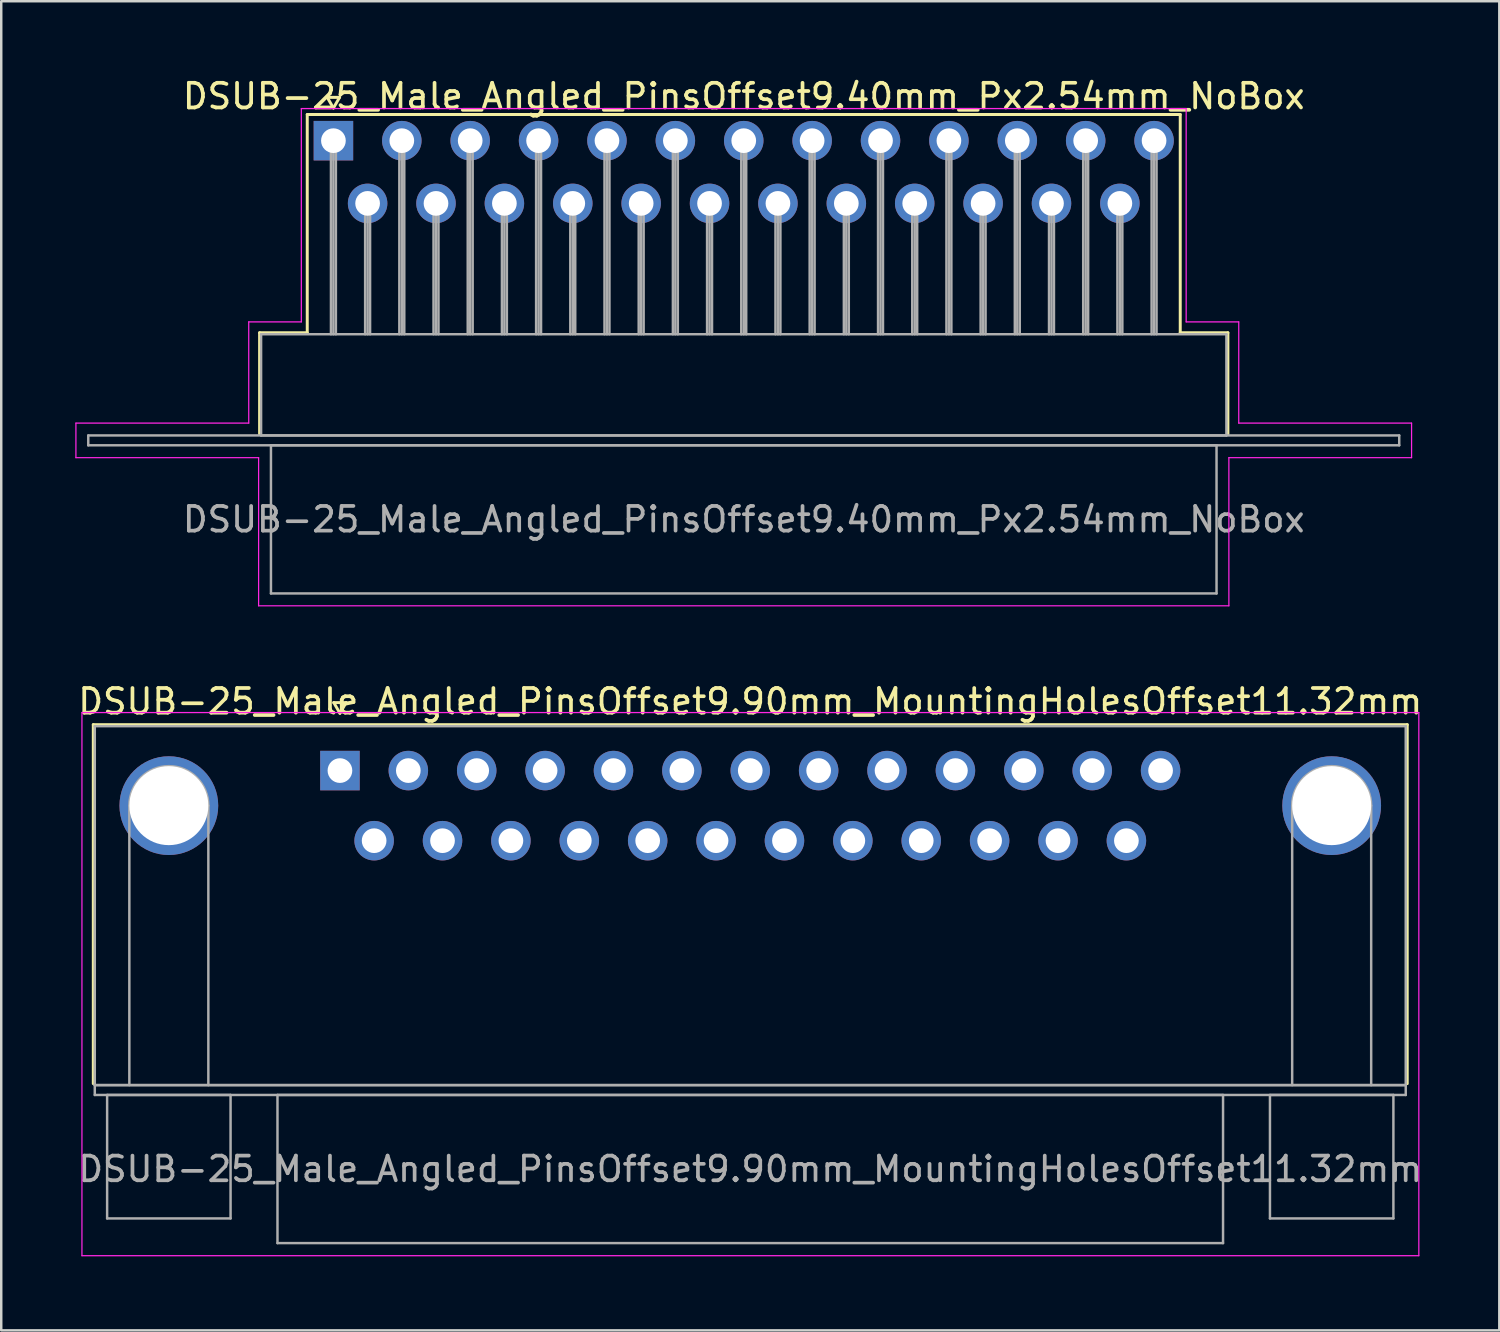
<source format=kicad_pcb>
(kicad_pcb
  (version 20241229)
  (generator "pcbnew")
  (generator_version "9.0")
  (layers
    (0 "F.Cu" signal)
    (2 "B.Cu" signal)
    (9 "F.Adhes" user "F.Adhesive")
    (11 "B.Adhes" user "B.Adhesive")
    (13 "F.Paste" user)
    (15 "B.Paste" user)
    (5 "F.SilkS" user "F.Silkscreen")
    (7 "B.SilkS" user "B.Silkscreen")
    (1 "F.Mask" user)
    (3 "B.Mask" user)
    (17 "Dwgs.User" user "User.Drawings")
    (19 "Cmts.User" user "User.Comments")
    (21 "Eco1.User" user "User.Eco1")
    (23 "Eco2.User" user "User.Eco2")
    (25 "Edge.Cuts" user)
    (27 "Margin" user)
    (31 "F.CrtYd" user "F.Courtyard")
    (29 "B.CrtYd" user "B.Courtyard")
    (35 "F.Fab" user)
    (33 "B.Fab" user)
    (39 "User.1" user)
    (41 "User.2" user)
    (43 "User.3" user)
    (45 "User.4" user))
  (footprint "DSUB-25_Male_Angled_PinsOffset9.40mm_Px2.54mm_NoBox"
    (layer "F.Cu")
    (at 10.455 2.648)
    (property "Reference" "DSUB-25_Male_Angled_PinsOffset9.40mm_Px2.54mm_NoBox" (at 16.62 -1.8 0) (layer "F.SilkS") (effects (font (size 1 1) (thickness 0.15))))
    (attr through_hole)
    (fp_line (start -2.99 7.78) (end -1.06 7.78) (stroke (width 0.12) (type solid)) (layer "F.SilkS"))
    (fp_line (start -2.99 11.88) (end -2.99 7.78) (stroke (width 0.12) (type solid)) (layer "F.SilkS"))
    (fp_line (start -1.06 -1.06) (end 34.3 -1.06) (stroke (width 0.12) (type solid)) (layer "F.SilkS"))
    (fp_line (start -1.06 7.78) (end -1.06 -1.06) (stroke (width 0.12) (type solid)) (layer "F.SilkS"))
    (fp_line (start -0.25 -1.754) (end 0.25 -1.754) (stroke (width 0.12) (type solid)) (layer "F.SilkS"))
    (fp_line (start 0 -1.321) (end -0.25 -1.754) (stroke (width 0.12) (type solid)) (layer "F.SilkS"))
    (fp_line (start 0.25 -1.754) (end 0 -1.321) (stroke (width 0.12) (type solid)) (layer "F.SilkS"))
    (fp_line (start 34.3 -1.06) (end 34.3 7.78) (stroke (width 0.12) (type solid)) (layer "F.SilkS"))
    (fp_line (start 34.3 7.78) (end 36.23 7.78) (stroke (width 0.12) (type solid)) (layer "F.SilkS"))
    (fp_line (start 36.23 7.78) (end 36.23 11.88) (stroke (width 0.12) (type solid)) (layer "F.SilkS"))
    (fp_line (start -10.43 11.44) (end -3.43 11.44) (stroke (width 0.05) (type solid)) (layer "F.CrtYd"))
    (fp_line (start -10.43 12.84) (end -10.43 11.44) (stroke (width 0.05) (type solid)) (layer "F.CrtYd"))
    (fp_line (start -3.43 7.34) (end -1.3 7.34) (stroke (width 0.05) (type solid)) (layer "F.CrtYd"))
    (fp_line (start -3.43 11.44) (end -3.43 7.34) (stroke (width 0.05) (type solid)) (layer "F.CrtYd"))
    (fp_line (start -3.03 12.84) (end -10.43 12.84) (stroke (width 0.05) (type solid)) (layer "F.CrtYd"))
    (fp_line (start -3.03 18.84) (end -3.03 12.84) (stroke (width 0.05) (type solid)) (layer "F.CrtYd"))
    (fp_line (start -1.3 -1.3) (end 34.54 -1.3) (stroke (width 0.05) (type solid)) (layer "F.CrtYd"))
    (fp_line (start -1.3 7.34) (end -1.3 -1.3) (stroke (width 0.05) (type solid)) (layer "F.CrtYd"))
    (fp_line (start 34.54 -1.3) (end 34.54 7.34) (stroke (width 0.05) (type solid)) (layer "F.CrtYd"))
    (fp_line (start 34.54 7.34) (end 36.67 7.34) (stroke (width 0.05) (type solid)) (layer "F.CrtYd"))
    (fp_line (start 36.27 12.84) (end 36.27 18.84) (stroke (width 0.05) (type solid)) (layer "F.CrtYd"))
    (fp_line (start 36.27 18.84) (end -3.03 18.84) (stroke (width 0.05) (type solid)) (layer "F.CrtYd"))
    (fp_line (start 36.67 7.34) (end 36.67 11.44) (stroke (width 0.05) (type solid)) (layer "F.CrtYd"))
    (fp_line (start 36.67 11.44) (end 43.67 11.44) (stroke (width 0.05) (type solid)) (layer "F.CrtYd"))
    (fp_line (start 43.67 11.44) (end 43.67 12.84) (stroke (width 0.05) (type solid)) (layer "F.CrtYd"))
    (fp_line (start 43.67 12.84) (end 36.27 12.84) (stroke (width 0.05) (type solid)) (layer "F.CrtYd"))
    (fp_line (start -9.93 11.94) (end -9.93 12.34) (stroke (width 0.1) (type solid)) (layer "F.Fab"))
    (fp_line (start -9.93 12.34) (end 43.17 12.34) (stroke (width 0.1) (type solid)) (layer "F.Fab"))
    (fp_line (start -2.93 7.84) (end -2.93 11.94) (stroke (width 0.1) (type solid)) (layer "F.Fab"))
    (fp_line (start -2.93 11.94) (end 36.17 11.94) (stroke (width 0.1) (type solid)) (layer "F.Fab"))
    (fp_line (start -2.53 12.34) (end -2.53 18.34) (stroke (width 0.1) (type solid)) (layer "F.Fab"))
    (fp_line (start -2.53 18.34) (end 35.77 18.34) (stroke (width 0.1) (type solid)) (layer "F.Fab"))
    (fp_line (start -0.1 0) (end -0.1 7.84) (stroke (width 0.1) (type solid)) (layer "F.Fab"))
    (fp_line (start 0 0) (end 0 7.84) (stroke (width 0.1) (type solid)) (layer "F.Fab"))
    (fp_line (start 0.1 0) (end 0.1 7.84) (stroke (width 0.1) (type solid)) (layer "F.Fab"))
    (fp_line (start 1.285 2.54) (end 1.285 7.84) (stroke (width 0.1) (type solid)) (layer "F.Fab"))
    (fp_line (start 1.385 2.54) (end 1.385 7.84) (stroke (width 0.1) (type solid)) (layer "F.Fab"))
    (fp_line (start 1.485 2.54) (end 1.485 7.84) (stroke (width 0.1) (type solid)) (layer "F.Fab"))
    (fp_line (start 2.67 0) (end 2.67 7.84) (stroke (width 0.1) (type solid)) (layer "F.Fab"))
    (fp_line (start 2.77 0) (end 2.77 7.84) (stroke (width 0.1) (type solid)) (layer "F.Fab"))
    (fp_line (start 2.87 0) (end 2.87 7.84) (stroke (width 0.1) (type solid)) (layer "F.Fab"))
    (fp_line (start 4.055 2.54) (end 4.055 7.84) (stroke (width 0.1) (type solid)) (layer "F.Fab"))
    (fp_line (start 4.155 2.54) (end 4.155 7.84) (stroke (width 0.1) (type solid)) (layer "F.Fab"))
    (fp_line (start 4.255 2.54) (end 4.255 7.84) (stroke (width 0.1) (type solid)) (layer "F.Fab"))
    (fp_line (start 5.44 0) (end 5.44 7.84) (stroke (width 0.1) (type solid)) (layer "F.Fab"))
    (fp_line (start 5.54 0) (end 5.54 7.84) (stroke (width 0.1) (type solid)) (layer "F.Fab"))
    (fp_line (start 5.64 0) (end 5.64 7.84) (stroke (width 0.1) (type solid)) (layer "F.Fab"))
    (fp_line (start 6.825 2.54) (end 6.825 7.84) (stroke (width 0.1) (type solid)) (layer "F.Fab"))
    (fp_line (start 6.925 2.54) (end 6.925 7.84) (stroke (width 0.1) (type solid)) (layer "F.Fab"))
    (fp_line (start 7.025 2.54) (end 7.025 7.84) (stroke (width 0.1) (type solid)) (layer "F.Fab"))
    (fp_line (start 8.21 0) (end 8.21 7.84) (stroke (width 0.1) (type solid)) (layer "F.Fab"))
    (fp_line (start 8.31 0) (end 8.31 7.84) (stroke (width 0.1) (type solid)) (layer "F.Fab"))
    (fp_line (start 8.41 0) (end 8.41 7.84) (stroke (width 0.1) (type solid)) (layer "F.Fab"))
    (fp_line (start 9.595 2.54) (end 9.595 7.84) (stroke (width 0.1) (type solid)) (layer "F.Fab"))
    (fp_line (start 9.695 2.54) (end 9.695 7.84) (stroke (width 0.1) (type solid)) (layer "F.Fab"))
    (fp_line (start 9.795 2.54) (end 9.795 7.84) (stroke (width 0.1) (type solid)) (layer "F.Fab"))
    (fp_line (start 10.98 0) (end 10.98 7.84) (stroke (width 0.1) (type solid)) (layer "F.Fab"))
    (fp_line (start 11.08 0) (end 11.08 7.84) (stroke (width 0.1) (type solid)) (layer "F.Fab"))
    (fp_line (start 11.18 0) (end 11.18 7.84) (stroke (width 0.1) (type solid)) (layer "F.Fab"))
    (fp_line (start 12.365 2.54) (end 12.365 7.84) (stroke (width 0.1) (type solid)) (layer "F.Fab"))
    (fp_line (start 12.465 2.54) (end 12.465 7.84) (stroke (width 0.1) (type solid)) (layer "F.Fab"))
    (fp_line (start 12.565 2.54) (end 12.565 7.84) (stroke (width 0.1) (type solid)) (layer "F.Fab"))
    (fp_line (start 13.75 0) (end 13.75 7.84) (stroke (width 0.1) (type solid)) (layer "F.Fab"))
    (fp_line (start 13.85 0) (end 13.85 7.84) (stroke (width 0.1) (type solid)) (layer "F.Fab"))
    (fp_line (start 13.95 0) (end 13.95 7.84) (stroke (width 0.1) (type solid)) (layer "F.Fab"))
    (fp_line (start 15.135 2.54) (end 15.135 7.84) (stroke (width 0.1) (type solid)) (layer "F.Fab"))
    (fp_line (start 15.235 2.54) (end 15.235 7.84) (stroke (width 0.1) (type solid)) (layer "F.Fab"))
    (fp_line (start 15.335 2.54) (end 15.335 7.84) (stroke (width 0.1) (type solid)) (layer "F.Fab"))
    (fp_line (start 16.52 0) (end 16.52 7.84) (stroke (width 0.1) (type solid)) (layer "F.Fab"))
    (fp_line (start 16.62 0) (end 16.62 7.84) (stroke (width 0.1) (type solid)) (layer "F.Fab"))
    (fp_line (start 16.72 0) (end 16.72 7.84) (stroke (width 0.1) (type solid)) (layer "F.Fab"))
    (fp_line (start 17.905 2.54) (end 17.905 7.84) (stroke (width 0.1) (type solid)) (layer "F.Fab"))
    (fp_line (start 18.005 2.54) (end 18.005 7.84) (stroke (width 0.1) (type solid)) (layer "F.Fab"))
    (fp_line (start 18.105 2.54) (end 18.105 7.84) (stroke (width 0.1) (type solid)) (layer "F.Fab"))
    (fp_line (start 19.29 0) (end 19.29 7.84) (stroke (width 0.1) (type solid)) (layer "F.Fab"))
    (fp_line (start 19.39 0) (end 19.39 7.84) (stroke (width 0.1) (type solid)) (layer "F.Fab"))
    (fp_line (start 19.49 0) (end 19.49 7.84) (stroke (width 0.1) (type solid)) (layer "F.Fab"))
    (fp_line (start 20.675 2.54) (end 20.675 7.84) (stroke (width 0.1) (type solid)) (layer "F.Fab"))
    (fp_line (start 20.775 2.54) (end 20.775 7.84) (stroke (width 0.1) (type solid)) (layer "F.Fab"))
    (fp_line (start 20.875 2.54) (end 20.875 7.84) (stroke (width 0.1) (type solid)) (layer "F.Fab"))
    (fp_line (start 22.06 0) (end 22.06 7.84) (stroke (width 0.1) (type solid)) (layer "F.Fab"))
    (fp_line (start 22.16 0) (end 22.16 7.84) (stroke (width 0.1) (type solid)) (layer "F.Fab"))
    (fp_line (start 22.26 0) (end 22.26 7.84) (stroke (width 0.1) (type solid)) (layer "F.Fab"))
    (fp_line (start 23.445 2.54) (end 23.445 7.84) (stroke (width 0.1) (type solid)) (layer "F.Fab"))
    (fp_line (start 23.545 2.54) (end 23.545 7.84) (stroke (width 0.1) (type solid)) (layer "F.Fab"))
    (fp_line (start 23.645 2.54) (end 23.645 7.84) (stroke (width 0.1) (type solid)) (layer "F.Fab"))
    (fp_line (start 24.83 0) (end 24.83 7.84) (stroke (width 0.1) (type solid)) (layer "F.Fab"))
    (fp_line (start 24.93 0) (end 24.93 7.84) (stroke (width 0.1) (type solid)) (layer "F.Fab"))
    (fp_line (start 25.03 0) (end 25.03 7.84) (stroke (width 0.1) (type solid)) (layer "F.Fab"))
    (fp_line (start 26.215 2.54) (end 26.215 7.84) (stroke (width 0.1) (type solid)) (layer "F.Fab"))
    (fp_line (start 26.315 2.54) (end 26.315 7.84) (stroke (width 0.1) (type solid)) (layer "F.Fab"))
    (fp_line (start 26.415 2.54) (end 26.415 7.84) (stroke (width 0.1) (type solid)) (layer "F.Fab"))
    (fp_line (start 27.6 0) (end 27.6 7.84) (stroke (width 0.1) (type solid)) (layer "F.Fab"))
    (fp_line (start 27.7 0) (end 27.7 7.84) (stroke (width 0.1) (type solid)) (layer "F.Fab"))
    (fp_line (start 27.8 0) (end 27.8 7.84) (stroke (width 0.1) (type solid)) (layer "F.Fab"))
    (fp_line (start 28.985 2.54) (end 28.985 7.84) (stroke (width 0.1) (type solid)) (layer "F.Fab"))
    (fp_line (start 29.085 2.54) (end 29.085 7.84) (stroke (width 0.1) (type solid)) (layer "F.Fab"))
    (fp_line (start 29.185 2.54) (end 29.185 7.84) (stroke (width 0.1) (type solid)) (layer "F.Fab"))
    (fp_line (start 30.37 0) (end 30.37 7.84) (stroke (width 0.1) (type solid)) (layer "F.Fab"))
    (fp_line (start 30.47 0) (end 30.47 7.84) (stroke (width 0.1) (type solid)) (layer "F.Fab"))
    (fp_line (start 30.57 0) (end 30.57 7.84) (stroke (width 0.1) (type solid)) (layer "F.Fab"))
    (fp_line (start 31.755 2.54) (end 31.755 7.84) (stroke (width 0.1) (type solid)) (layer "F.Fab"))
    (fp_line (start 31.855 2.54) (end 31.855 7.84) (stroke (width 0.1) (type solid)) (layer "F.Fab"))
    (fp_line (start 31.955 2.54) (end 31.955 7.84) (stroke (width 0.1) (type solid)) (layer "F.Fab"))
    (fp_line (start 33.14 0) (end 33.14 7.84) (stroke (width 0.1) (type solid)) (layer "F.Fab"))
    (fp_line (start 33.24 0) (end 33.24 7.84) (stroke (width 0.1) (type solid)) (layer "F.Fab"))
    (fp_line (start 33.34 0) (end 33.34 7.84) (stroke (width 0.1) (type solid)) (layer "F.Fab"))
    (fp_line (start 35.77 12.34) (end -2.53 12.34) (stroke (width 0.1) (type solid)) (layer "F.Fab"))
    (fp_line (start 35.77 18.34) (end 35.77 12.34) (stroke (width 0.1) (type solid)) (layer "F.Fab"))
    (fp_line (start 36.17 7.84) (end -2.93 7.84) (stroke (width 0.1) (type solid)) (layer "F.Fab"))
    (fp_line (start 36.17 11.94) (end 36.17 7.84) (stroke (width 0.1) (type solid)) (layer "F.Fab"))
    (fp_line (start 43.17 11.94) (end -9.93 11.94) (stroke (width 0.1) (type solid)) (layer "F.Fab"))
    (fp_line (start 43.17 12.34) (end 43.17 11.94) (stroke (width 0.1) (type solid)) (layer "F.Fab"))
    (fp_text user "${REFERENCE}" (at 16.62 15.34 0) (layer "F.Fab") (effects (font (size 1 1) (thickness 0.15))))
    (pad "1" thru_hole rect (at 0 0) (size 1.6 1.6) (drill 1) (layers "*.Cu" "*.Mask"))
    (pad "2" thru_hole circle (at 2.77 0) (size 1.6 1.6) (drill 1) (layers "*.Cu" "*.Mask"))
    (pad "3" thru_hole circle (at 5.54 0) (size 1.6 1.6) (drill 1) (layers "*.Cu" "*.Mask"))
    (pad "4" thru_hole circle (at 8.31 0) (size 1.6 1.6) (drill 1) (layers "*.Cu" "*.Mask"))
    (pad "5" thru_hole circle (at 11.08 0) (size 1.6 1.6) (drill 1) (layers "*.Cu" "*.Mask"))
    (pad "6" thru_hole circle (at 13.85 0) (size 1.6 1.6) (drill 1) (layers "*.Cu" "*.Mask"))
    (pad "7" thru_hole circle (at 16.62 0) (size 1.6 1.6) (drill 1) (layers "*.Cu" "*.Mask"))
    (pad "8" thru_hole circle (at 19.39 0) (size 1.6 1.6) (drill 1) (layers "*.Cu" "*.Mask"))
    (pad "9" thru_hole circle (at 22.16 0) (size 1.6 1.6) (drill 1) (layers "*.Cu" "*.Mask"))
    (pad "10" thru_hole circle (at 24.93 0) (size 1.6 1.6) (drill 1) (layers "*.Cu" "*.Mask"))
    (pad "11" thru_hole circle (at 27.7 0) (size 1.6 1.6) (drill 1) (layers "*.Cu" "*.Mask"))
    (pad "12" thru_hole circle (at 30.47 0) (size 1.6 1.6) (drill 1) (layers "*.Cu" "*.Mask"))
    (pad "13" thru_hole circle (at 33.24 0) (size 1.6 1.6) (drill 1) (layers "*.Cu" "*.Mask"))
    (pad "14" thru_hole circle (at 1.385 2.54) (size 1.6 1.6) (drill 1) (layers "*.Cu" "*.Mask"))
    (pad "15" thru_hole circle (at 4.155 2.54) (size 1.6 1.6) (drill 1) (layers "*.Cu" "*.Mask"))
    (pad "16" thru_hole circle (at 6.925 2.54) (size 1.6 1.6) (drill 1) (layers "*.Cu" "*.Mask"))
    (pad "17" thru_hole circle (at 9.695 2.54) (size 1.6 1.6) (drill 1) (layers "*.Cu" "*.Mask"))
    (pad "18" thru_hole circle (at 12.465 2.54) (size 1.6 1.6) (drill 1) (layers "*.Cu" "*.Mask"))
    (pad "19" thru_hole circle (at 15.235 2.54) (size 1.6 1.6) (drill 1) (layers "*.Cu" "*.Mask"))
    (pad "20" thru_hole circle (at 18.005 2.54) (size 1.6 1.6) (drill 1) (layers "*.Cu" "*.Mask"))
    (pad "21" thru_hole circle (at 20.775 2.54) (size 1.6 1.6) (drill 1) (layers "*.Cu" "*.Mask"))
    (pad "22" thru_hole circle (at 23.545 2.54) (size 1.6 1.6) (drill 1) (layers "*.Cu" "*.Mask"))
    (pad "23" thru_hole circle (at 26.315 2.54) (size 1.6 1.6) (drill 1) (layers "*.Cu" "*.Mask"))
    (pad "24" thru_hole circle (at 29.085 2.54) (size 1.6 1.6) (drill 1) (layers "*.Cu" "*.Mask"))
    (pad "25" thru_hole circle (at 31.855 2.54) (size 1.6 1.6) (drill 1) (layers "*.Cu" "*.Mask")))
  (footprint "DSUB-25_Male_Angled_PinsOffset9.90mm_MountingHolesOffset11.32mm"
    (layer "F.Cu")
    (at 10.719 28.162)
    (property "Reference" "DSUB-25_Male_Angled_PinsOffset9.90mm_MountingHolesOffset11.32mm" (at 16.62 -2.8 0) (layer "F.SilkS") (effects (font (size 1 1) (thickness 0.15))))
    (attr through_hole)
    (fp_line (start -9.99 -1.86) (end 43.23 -1.86) (stroke (width 0.12) (type solid)) (layer "F.SilkS"))
    (fp_line (start -9.99 12.68) (end -9.99 -1.86) (stroke (width 0.12) (type solid)) (layer "F.SilkS"))
    (fp_line (start -0.25 -2.754) (end 0.25 -2.754) (stroke (width 0.12) (type solid)) (layer "F.SilkS"))
    (fp_line (start 0 -2.321) (end -0.25 -2.754) (stroke (width 0.12) (type solid)) (layer "F.SilkS"))
    (fp_line (start 0.25 -2.754) (end 0 -2.321) (stroke (width 0.12) (type solid)) (layer "F.SilkS"))
    (fp_line (start 43.23 -1.86) (end 43.23 12.68) (stroke (width 0.12) (type solid)) (layer "F.SilkS"))
    (fp_line (start -10.45 -2.35) (end -10.45 19.65) (stroke (width 0.05) (type solid)) (layer "F.CrtYd"))
    (fp_line (start -10.45 19.65) (end 43.7 19.65) (stroke (width 0.05) (type solid)) (layer "F.CrtYd"))
    (fp_line (start 43.7 -2.35) (end -10.45 -2.35) (stroke (width 0.05) (type solid)) (layer "F.CrtYd"))
    (fp_line (start 43.7 19.65) (end 43.7 -2.35) (stroke (width 0.05) (type solid)) (layer "F.CrtYd"))
    (fp_line (start -9.93 -1.8) (end -9.93 12.74) (stroke (width 0.1) (type solid)) (layer "F.Fab"))
    (fp_line (start -9.93 12.74) (end -9.93 13.14) (stroke (width 0.1) (type solid)) (layer "F.Fab"))
    (fp_line (start -9.93 12.74) (end 43.17 12.74) (stroke (width 0.1) (type solid)) (layer "F.Fab"))
    (fp_line (start -9.93 13.14) (end 43.17 13.14) (stroke (width 0.1) (type solid)) (layer "F.Fab"))
    (fp_line (start -9.43 13.14) (end -9.43 18.14) (stroke (width 0.1) (type solid)) (layer "F.Fab"))
    (fp_line (start -9.43 18.14) (end -4.43 18.14) (stroke (width 0.1) (type solid)) (layer "F.Fab"))
    (fp_line (start -8.53 12.74) (end -8.53 1.42) (stroke (width 0.1) (type solid)) (layer "F.Fab"))
    (fp_line (start -5.33 12.74) (end -5.33 1.42) (stroke (width 0.1) (type solid)) (layer "F.Fab"))
    (fp_line (start -4.43 13.14) (end -9.43 13.14) (stroke (width 0.1) (type solid)) (layer "F.Fab"))
    (fp_line (start -4.43 18.14) (end -4.43 13.14) (stroke (width 0.1) (type solid)) (layer "F.Fab"))
    (fp_line (start -2.53 13.14) (end -2.53 19.14) (stroke (width 0.1) (type solid)) (layer "F.Fab"))
    (fp_line (start -2.53 19.14) (end 35.77 19.14) (stroke (width 0.1) (type solid)) (layer "F.Fab"))
    (fp_line (start 35.77 13.14) (end -2.53 13.14) (stroke (width 0.1) (type solid)) (layer "F.Fab"))
    (fp_line (start 35.77 19.14) (end 35.77 13.14) (stroke (width 0.1) (type solid)) (layer "F.Fab"))
    (fp_line (start 37.67 13.14) (end 37.67 18.14) (stroke (width 0.1) (type solid)) (layer "F.Fab"))
    (fp_line (start 37.67 18.14) (end 42.67 18.14) (stroke (width 0.1) (type solid)) (layer "F.Fab"))
    (fp_line (start 38.57 12.74) (end 38.57 1.42) (stroke (width 0.1) (type solid)) (layer "F.Fab"))
    (fp_line (start 41.77 12.74) (end 41.77 1.42) (stroke (width 0.1) (type solid)) (layer "F.Fab"))
    (fp_line (start 42.67 13.14) (end 37.67 13.14) (stroke (width 0.1) (type solid)) (layer "F.Fab"))
    (fp_line (start 42.67 18.14) (end 42.67 13.14) (stroke (width 0.1) (type solid)) (layer "F.Fab"))
    (fp_line (start 43.17 -1.8) (end -9.93 -1.8) (stroke (width 0.1) (type solid)) (layer "F.Fab"))
    (fp_line (start 43.17 12.74) (end -9.93 12.74) (stroke (width 0.1) (type solid)) (layer "F.Fab"))
    (fp_line (start 43.17 12.74) (end 43.17 -1.8) (stroke (width 0.1) (type solid)) (layer "F.Fab"))
    (fp_line (start 43.17 13.14) (end 43.17 12.74) (stroke (width 0.1) (type solid)) (layer "F.Fab"))
    (fp_arc (start -8.53 1.42) (mid -6.93 -0.18) (end -5.33 1.42) (stroke (width 0.1) (type solid)) (layer "F.Fab"))
    (fp_arc (start 38.57 1.42) (mid 40.17 -0.18) (end 41.77 1.42) (stroke (width 0.1) (type solid)) (layer "F.Fab"))
    (fp_text user "${REFERENCE}" (at 16.62 16.14 0) (layer "F.Fab") (effects (font (size 1 1) (thickness 0.15))))
    (pad "0" thru_hole circle (at -6.93 1.42) (size 4 4) (drill 3.2) (layers "*.Cu" "*.Mask"))
    (pad "0" thru_hole circle (at 40.17 1.42) (size 4 4) (drill 3.2) (layers "*.Cu" "*.Mask"))
    (pad "1" thru_hole rect (at 0 0) (size 1.6 1.6) (drill 1) (layers "*.Cu" "*.Mask"))
    (pad "2" thru_hole circle (at 2.77 0) (size 1.6 1.6) (drill 1) (layers "*.Cu" "*.Mask"))
    (pad "3" thru_hole circle (at 5.54 0) (size 1.6 1.6) (drill 1) (layers "*.Cu" "*.Mask"))
    (pad "4" thru_hole circle (at 8.31 0) (size 1.6 1.6) (drill 1) (layers "*.Cu" "*.Mask"))
    (pad "5" thru_hole circle (at 11.08 0) (size 1.6 1.6) (drill 1) (layers "*.Cu" "*.Mask"))
    (pad "6" thru_hole circle (at 13.85 0) (size 1.6 1.6) (drill 1) (layers "*.Cu" "*.Mask"))
    (pad "7" thru_hole circle (at 16.62 0) (size 1.6 1.6) (drill 1) (layers "*.Cu" "*.Mask"))
    (pad "8" thru_hole circle (at 19.39 0) (size 1.6 1.6) (drill 1) (layers "*.Cu" "*.Mask"))
    (pad "9" thru_hole circle (at 22.16 0) (size 1.6 1.6) (drill 1) (layers "*.Cu" "*.Mask"))
    (pad "10" thru_hole circle (at 24.93 0) (size 1.6 1.6) (drill 1) (layers "*.Cu" "*.Mask"))
    (pad "11" thru_hole circle (at 27.7 0) (size 1.6 1.6) (drill 1) (layers "*.Cu" "*.Mask"))
    (pad "12" thru_hole circle (at 30.47 0) (size 1.6 1.6) (drill 1) (layers "*.Cu" "*.Mask"))
    (pad "13" thru_hole circle (at 33.24 0) (size 1.6 1.6) (drill 1) (layers "*.Cu" "*.Mask"))
    (pad "14" thru_hole circle (at 1.385 2.84) (size 1.6 1.6) (drill 1) (layers "*.Cu" "*.Mask"))
    (pad "15" thru_hole circle (at 4.155 2.84) (size 1.6 1.6) (drill 1) (layers "*.Cu" "*.Mask"))
    (pad "16" thru_hole circle (at 6.925 2.84) (size 1.6 1.6) (drill 1) (layers "*.Cu" "*.Mask"))
    (pad "17" thru_hole circle (at 9.695 2.84) (size 1.6 1.6) (drill 1) (layers "*.Cu" "*.Mask"))
    (pad "18" thru_hole circle (at 12.465 2.84) (size 1.6 1.6) (drill 1) (layers "*.Cu" "*.Mask"))
    (pad "19" thru_hole circle (at 15.235 2.84) (size 1.6 1.6) (drill 1) (layers "*.Cu" "*.Mask"))
    (pad "20" thru_hole circle (at 18.005 2.84) (size 1.6 1.6) (drill 1) (layers "*.Cu" "*.Mask"))
    (pad "21" thru_hole circle (at 20.775 2.84) (size 1.6 1.6) (drill 1) (layers "*.Cu" "*.Mask"))
    (pad "22" thru_hole circle (at 23.545 2.84) (size 1.6 1.6) (drill 1) (layers "*.Cu" "*.Mask"))
    (pad "23" thru_hole circle (at 26.315 2.84) (size 1.6 1.6) (drill 1) (layers "*.Cu" "*.Mask"))
    (pad "24" thru_hole circle (at 29.085 2.84) (size 1.6 1.6) (drill 1) (layers "*.Cu" "*.Mask"))
    (pad "25" thru_hole circle (at 31.855 2.84) (size 1.6 1.6) (drill 1) (layers "*.Cu" "*.Mask")))
  (gr_rect
    (start -3 -3)
    (end 57.679 50.837)
    (stroke (width 0.1) (type default))
    (fill no)
    (layer "Edge.Cuts")))
</source>
